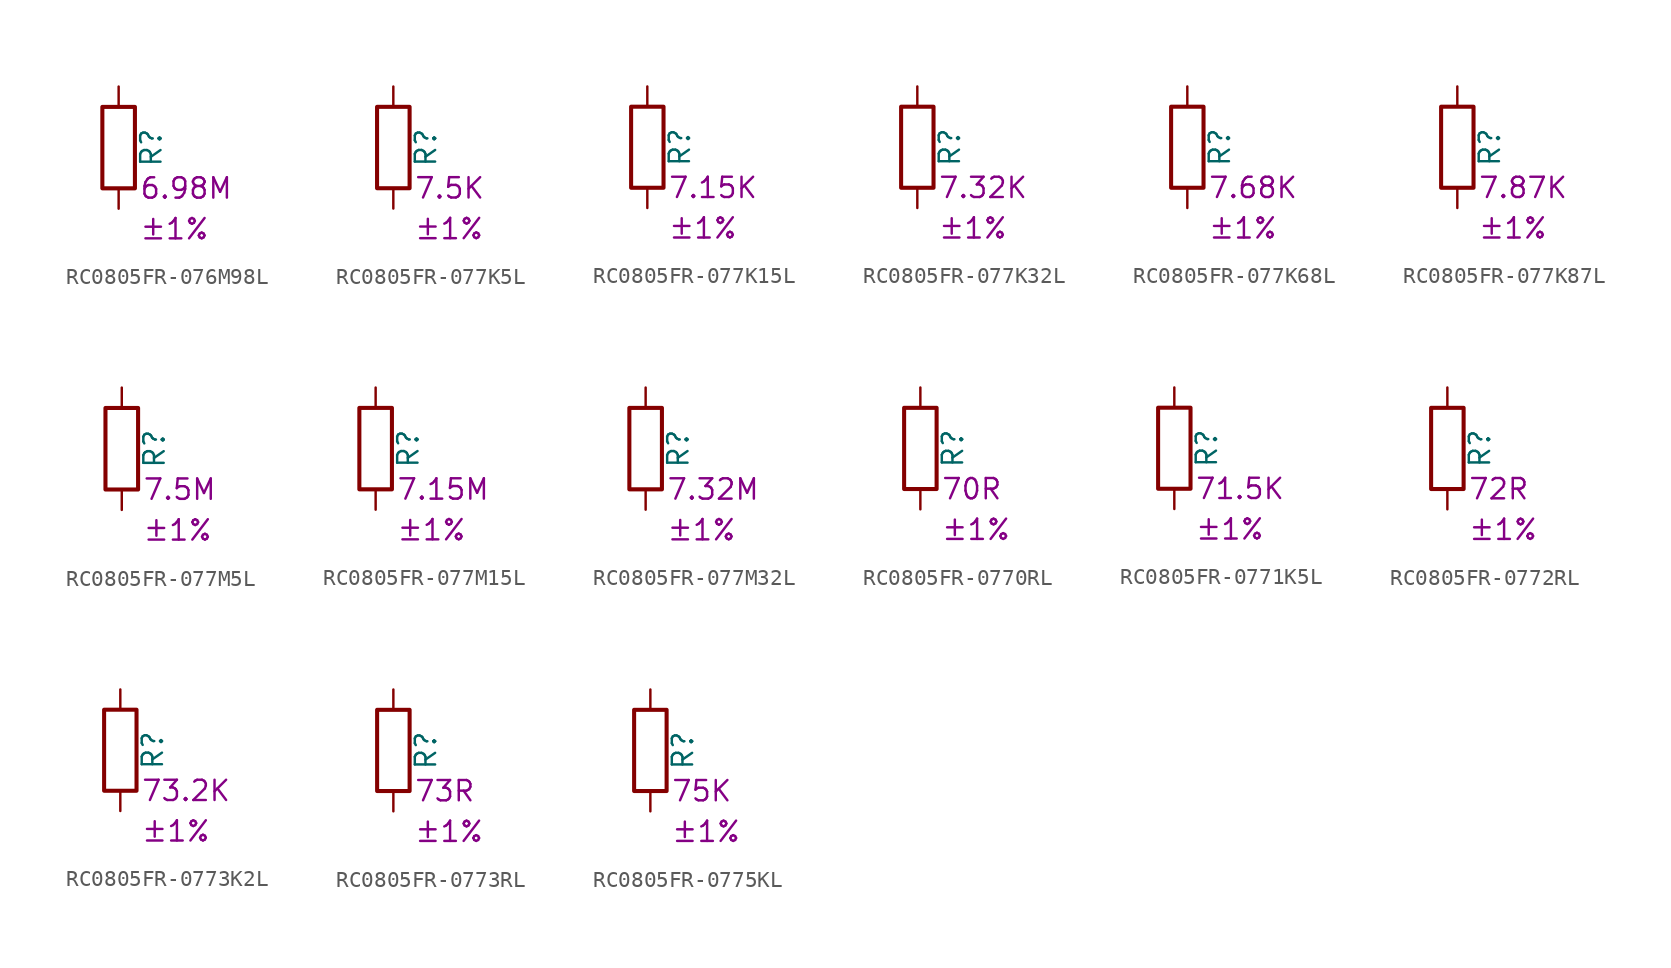
<source format=kicad_sym>
(kicad_symbol_lib
  (version 20220914)
  (generator kicad_symbol_editor)
  (symbol "RC0805FR-076M98L"
    (pin_numbers hide)
    (pin_names
      (offset 0))
    (property "Reference" "R"
      (at 2.032 0 90)
      (effects (font (size 1.27 1.27))))
    (property "Resistance" "6.98M"
      (at 1.27 -2.54 0)
      (effects (font (size 1.27 1.27)) (justify left)))
    (property "Tolerance" "±1%"
      (at 1.27 -5.08 0)
      (effects (font (size 1.27 1.27)) (justify left)))
    (symbol "RC0805FR-076M98L_0_1"
      (rectangle (start -1.016 -2.54) (end 1.016 2.54) (stroke (width 0.254) (type default)) (fill (type none))))
    (symbol "RC0805FR-076M98L_1_1"
      (pin passive line (at 0 3.81 270) (length 1.27) (name "~" (effects (font (size 1.27 1.27)))) (number "1" (effects (font (size 1.27 1.27)))))
      (pin passive line (at 0 -3.81 90) (length 1.27) (name "~" (effects (font (size 1.27 1.27)))) (number "2" (effects (font (size 1.27 1.27)))))))
  (symbol "RC0805FR-077K5L"
    (pin_numbers hide)
    (pin_names
      (offset 0))
    (property "Reference" "R"
      (at 2.032 0 90)
      (effects (font (size 1.27 1.27))))
    (property "Resistance" "7.5K"
      (at 1.27 -2.54 0)
      (effects (font (size 1.27 1.27)) (justify left)))
    (property "Tolerance" "±1%"
      (at 1.27 -5.08 0)
      (effects (font (size 1.27 1.27)) (justify left)))
    (symbol "RC0805FR-077K5L_0_1"
      (rectangle (start -1.016 -2.54) (end 1.016 2.54) (stroke (width 0.254) (type default)) (fill (type none))))
    (symbol "RC0805FR-077K5L_1_1"
      (pin passive line (at 0 3.81 270) (length 1.27) (name "~" (effects (font (size 1.27 1.27)))) (number "1" (effects (font (size 1.27 1.27)))))
      (pin passive line (at 0 -3.81 90) (length 1.27) (name "~" (effects (font (size 1.27 1.27)))) (number "2" (effects (font (size 1.27 1.27)))))))
  (symbol "RC0805FR-077K15L"
    (pin_numbers hide)
    (pin_names
      (offset 0))
    (property "Reference" "R"
      (at 2.032 0 90)
      (effects (font (size 1.27 1.27))))
    (property "Resistance" "7.15K"
      (at 1.27 -2.54 0)
      (effects (font (size 1.27 1.27)) (justify left)))
    (property "Tolerance" "±1%"
      (at 1.27 -5.08 0)
      (effects (font (size 1.27 1.27)) (justify left)))
    (symbol "RC0805FR-077K15L_0_1"
      (rectangle (start -1.016 -2.54) (end 1.016 2.54) (stroke (width 0.254) (type default)) (fill (type none))))
    (symbol "RC0805FR-077K15L_1_1"
      (pin passive line (at 0 3.81 270) (length 1.27) (name "~" (effects (font (size 1.27 1.27)))) (number "1" (effects (font (size 1.27 1.27)))))
      (pin passive line (at 0 -3.81 90) (length 1.27) (name "~" (effects (font (size 1.27 1.27)))) (number "2" (effects (font (size 1.27 1.27)))))))
  (symbol "RC0805FR-077K32L"
    (pin_numbers hide)
    (pin_names
      (offset 0))
    (property "Reference" "R"
      (at 2.032 0 90)
      (effects (font (size 1.27 1.27))))
    (property "Resistance" "7.32K"
      (at 1.27 -2.54 0)
      (effects (font (size 1.27 1.27)) (justify left)))
    (property "Tolerance" "±1%"
      (at 1.27 -5.08 0)
      (effects (font (size 1.27 1.27)) (justify left)))
    (symbol "RC0805FR-077K32L_0_1"
      (rectangle (start -1.016 -2.54) (end 1.016 2.54) (stroke (width 0.254) (type default)) (fill (type none))))
    (symbol "RC0805FR-077K32L_1_1"
      (pin passive line (at 0 3.81 270) (length 1.27) (name "~" (effects (font (size 1.27 1.27)))) (number "1" (effects (font (size 1.27 1.27)))))
      (pin passive line (at 0 -3.81 90) (length 1.27) (name "~" (effects (font (size 1.27 1.27)))) (number "2" (effects (font (size 1.27 1.27)))))))
  (symbol "RC0805FR-077K68L"
    (pin_numbers hide)
    (pin_names
      (offset 0))
    (property "Reference" "R"
      (at 2.032 0 90)
      (effects (font (size 1.27 1.27))))
    (property "Resistance" "7.68K"
      (at 1.27 -2.54 0)
      (effects (font (size 1.27 1.27)) (justify left)))
    (property "Tolerance" "±1%"
      (at 1.27 -5.08 0)
      (effects (font (size 1.27 1.27)) (justify left)))
    (symbol "RC0805FR-077K68L_0_1"
      (rectangle (start -1.016 -2.54) (end 1.016 2.54) (stroke (width 0.254) (type default)) (fill (type none))))
    (symbol "RC0805FR-077K68L_1_1"
      (pin passive line (at 0 3.81 270) (length 1.27) (name "~" (effects (font (size 1.27 1.27)))) (number "1" (effects (font (size 1.27 1.27)))))
      (pin passive line (at 0 -3.81 90) (length 1.27) (name "~" (effects (font (size 1.27 1.27)))) (number "2" (effects (font (size 1.27 1.27)))))))
  (symbol "RC0805FR-077K87L"
    (pin_numbers hide)
    (pin_names
      (offset 0))
    (property "Reference" "R"
      (at 2.032 0 90)
      (effects (font (size 1.27 1.27))))
    (property "Resistance" "7.87K"
      (at 1.27 -2.54 0)
      (effects (font (size 1.27 1.27)) (justify left)))
    (property "Tolerance" "±1%"
      (at 1.27 -5.08 0)
      (effects (font (size 1.27 1.27)) (justify left)))
    (symbol "RC0805FR-077K87L_0_1"
      (rectangle (start -1.016 -2.54) (end 1.016 2.54) (stroke (width 0.254) (type default)) (fill (type none))))
    (symbol "RC0805FR-077K87L_1_1"
      (pin passive line (at 0 3.81 270) (length 1.27) (name "~" (effects (font (size 1.27 1.27)))) (number "1" (effects (font (size 1.27 1.27)))))
      (pin passive line (at 0 -3.81 90) (length 1.27) (name "~" (effects (font (size 1.27 1.27)))) (number "2" (effects (font (size 1.27 1.27)))))))
  (symbol "RC0805FR-077M5L"
    (pin_numbers hide)
    (pin_names
      (offset 0))
    (property "Reference" "R"
      (at 2.032 0 90)
      (effects (font (size 1.27 1.27))))
    (property "Resistance" "7.5M"
      (at 1.27 -2.54 0)
      (effects (font (size 1.27 1.27)) (justify left)))
    (property "Tolerance" "±1%"
      (at 1.27 -5.08 0)
      (effects (font (size 1.27 1.27)) (justify left)))
    (symbol "RC0805FR-077M5L_0_1"
      (rectangle (start -1.016 -2.54) (end 1.016 2.54) (stroke (width 0.254) (type default)) (fill (type none))))
    (symbol "RC0805FR-077M5L_1_1"
      (pin passive line (at 0 3.81 270) (length 1.27) (name "~" (effects (font (size 1.27 1.27)))) (number "1" (effects (font (size 1.27 1.27)))))
      (pin passive line (at 0 -3.81 90) (length 1.27) (name "~" (effects (font (size 1.27 1.27)))) (number "2" (effects (font (size 1.27 1.27)))))))
  (symbol "RC0805FR-077M15L"
    (pin_numbers hide)
    (pin_names
      (offset 0))
    (property "Reference" "R"
      (at 2.032 0 90)
      (effects (font (size 1.27 1.27))))
    (property "Resistance" "7.15M"
      (at 1.27 -2.54 0)
      (effects (font (size 1.27 1.27)) (justify left)))
    (property "Tolerance" "±1%"
      (at 1.27 -5.08 0)
      (effects (font (size 1.27 1.27)) (justify left)))
    (symbol "RC0805FR-077M15L_0_1"
      (rectangle (start -1.016 -2.54) (end 1.016 2.54) (stroke (width 0.254) (type default)) (fill (type none))))
    (symbol "RC0805FR-077M15L_1_1"
      (pin passive line (at 0 3.81 270) (length 1.27) (name "~" (effects (font (size 1.27 1.27)))) (number "1" (effects (font (size 1.27 1.27)))))
      (pin passive line (at 0 -3.81 90) (length 1.27) (name "~" (effects (font (size 1.27 1.27)))) (number "2" (effects (font (size 1.27 1.27)))))))
  (symbol "RC0805FR-077M32L"
    (pin_numbers hide)
    (pin_names
      (offset 0))
    (property "Reference" "R"
      (at 2.032 0 90)
      (effects (font (size 1.27 1.27))))
    (property "Resistance" "7.32M"
      (at 1.27 -2.54 0)
      (effects (font (size 1.27 1.27)) (justify left)))
    (property "Tolerance" "±1%"
      (at 1.27 -5.08 0)
      (effects (font (size 1.27 1.27)) (justify left)))
    (symbol "RC0805FR-077M32L_0_1"
      (rectangle (start -1.016 -2.54) (end 1.016 2.54) (stroke (width 0.254) (type default)) (fill (type none))))
    (symbol "RC0805FR-077M32L_1_1"
      (pin passive line (at 0 3.81 270) (length 1.27) (name "~" (effects (font (size 1.27 1.27)))) (number "1" (effects (font (size 1.27 1.27)))))
      (pin passive line (at 0 -3.81 90) (length 1.27) (name "~" (effects (font (size 1.27 1.27)))) (number "2" (effects (font (size 1.27 1.27)))))))
  (symbol "RC0805FR-0770RL"
    (pin_numbers hide)
    (pin_names
      (offset 0))
    (property "Reference" "R"
      (at 2.032 0 90)
      (effects (font (size 1.27 1.27))))
    (property "Resistance" "70R"
      (at 1.27 -2.54 0)
      (effects (font (size 1.27 1.27)) (justify left)))
    (property "Tolerance" "±1%"
      (at 1.27 -5.08 0)
      (effects (font (size 1.27 1.27)) (justify left)))
    (symbol "RC0805FR-0770RL_0_1"
      (rectangle (start -1.016 -2.54) (end 1.016 2.54) (stroke (width 0.254) (type default)) (fill (type none))))
    (symbol "RC0805FR-0770RL_1_1"
      (pin passive line (at 0 3.81 270) (length 1.27) (name "~" (effects (font (size 1.27 1.27)))) (number "1" (effects (font (size 1.27 1.27)))))
      (pin passive line (at 0 -3.81 90) (length 1.27) (name "~" (effects (font (size 1.27 1.27)))) (number "2" (effects (font (size 1.27 1.27)))))))
  (symbol "RC0805FR-0771K5L"
    (pin_numbers hide)
    (pin_names
      (offset 0))
    (property "Reference" "R"
      (at 2.032 0 90)
      (effects (font (size 1.27 1.27))))
    (property "Resistance" "71.5K"
      (at 1.27 -2.54 0)
      (effects (font (size 1.27 1.27)) (justify left)))
    (property "Tolerance" "±1%"
      (at 1.27 -5.08 0)
      (effects (font (size 1.27 1.27)) (justify left)))
    (symbol "RC0805FR-0771K5L_0_1"
      (rectangle (start -1.016 -2.54) (end 1.016 2.54) (stroke (width 0.254) (type default)) (fill (type none))))
    (symbol "RC0805FR-0771K5L_1_1"
      (pin passive line (at 0 3.81 270) (length 1.27) (name "~" (effects (font (size 1.27 1.27)))) (number "1" (effects (font (size 1.27 1.27)))))
      (pin passive line (at 0 -3.81 90) (length 1.27) (name "~" (effects (font (size 1.27 1.27)))) (number "2" (effects (font (size 1.27 1.27)))))))
  (symbol "RC0805FR-0772RL"
    (pin_numbers hide)
    (pin_names
      (offset 0))
    (property "Reference" "R"
      (at 2.032 0 90)
      (effects (font (size 1.27 1.27))))
    (property "Resistance" "72R"
      (at 1.27 -2.54 0)
      (effects (font (size 1.27 1.27)) (justify left)))
    (property "Tolerance" "±1%"
      (at 1.27 -5.08 0)
      (effects (font (size 1.27 1.27)) (justify left)))
    (symbol "RC0805FR-0772RL_0_1"
      (rectangle (start -1.016 -2.54) (end 1.016 2.54) (stroke (width 0.254) (type default)) (fill (type none))))
    (symbol "RC0805FR-0772RL_1_1"
      (pin passive line (at 0 3.81 270) (length 1.27) (name "~" (effects (font (size 1.27 1.27)))) (number "1" (effects (font (size 1.27 1.27)))))
      (pin passive line (at 0 -3.81 90) (length 1.27) (name "~" (effects (font (size 1.27 1.27)))) (number "2" (effects (font (size 1.27 1.27)))))))
  (symbol "RC0805FR-0773K2L"
    (pin_numbers hide)
    (pin_names
      (offset 0))
    (property "Reference" "R"
      (at 2.032 0 90)
      (effects (font (size 1.27 1.27))))
    (property "Resistance" "73.2K"
      (at 1.27 -2.54 0)
      (effects (font (size 1.27 1.27)) (justify left)))
    (property "Tolerance" "±1%"
      (at 1.27 -5.08 0)
      (effects (font (size 1.27 1.27)) (justify left)))
    (symbol "RC0805FR-0773K2L_0_1"
      (rectangle (start -1.016 -2.54) (end 1.016 2.54) (stroke (width 0.254) (type default)) (fill (type none))))
    (symbol "RC0805FR-0773K2L_1_1"
      (pin passive line (at 0 3.81 270) (length 1.27) (name "~" (effects (font (size 1.27 1.27)))) (number "1" (effects (font (size 1.27 1.27)))))
      (pin passive line (at 0 -3.81 90) (length 1.27) (name "~" (effects (font (size 1.27 1.27)))) (number "2" (effects (font (size 1.27 1.27)))))))
  (symbol "RC0805FR-0773RL"
    (pin_numbers hide)
    (pin_names
      (offset 0))
    (property "Reference" "R"
      (at 2.032 0 90)
      (effects (font (size 1.27 1.27))))
    (property "Resistance" "73R"
      (at 1.27 -2.54 0)
      (effects (font (size 1.27 1.27)) (justify left)))
    (property "Tolerance" "±1%"
      (at 1.27 -5.08 0)
      (effects (font (size 1.27 1.27)) (justify left)))
    (symbol "RC0805FR-0773RL_0_1"
      (rectangle (start -1.016 -2.54) (end 1.016 2.54) (stroke (width 0.254) (type default)) (fill (type none))))
    (symbol "RC0805FR-0773RL_1_1"
      (pin passive line (at 0 3.81 270) (length 1.27) (name "~" (effects (font (size 1.27 1.27)))) (number "1" (effects (font (size 1.27 1.27)))))
      (pin passive line (at 0 -3.81 90) (length 1.27) (name "~" (effects (font (size 1.27 1.27)))) (number "2" (effects (font (size 1.27 1.27)))))))
  (symbol "RC0805FR-0775KL"
    (pin_numbers hide)
    (pin_names
      (offset 0))
    (property "Reference" "R"
      (at 2.032 0 90)
      (effects (font (size 1.27 1.27))))
    (property "Resistance" "75K"
      (at 1.27 -2.54 0)
      (effects (font (size 1.27 1.27)) (justify left)))
    (property "Tolerance" "±1%"
      (at 1.27 -5.08 0)
      (effects (font (size 1.27 1.27)) (justify left)))
    (symbol "RC0805FR-0775KL_0_1"
      (rectangle (start -1.016 -2.54) (end 1.016 2.54) (stroke (width 0.254) (type default)) (fill (type none))))
    (symbol "RC0805FR-0775KL_1_1"
      (pin passive line (at 0 3.81 270) (length 1.27) (name "~" (effects (font (size 1.27 1.27)))) (number "1" (effects (font (size 1.27 1.27)))))
      (pin passive line (at 0 -3.81 90) (length 1.27) (name "~" (effects (font (size 1.27 1.27)))) (number "2" (effects (font (size 1.27 1.27))))))))
</source>
